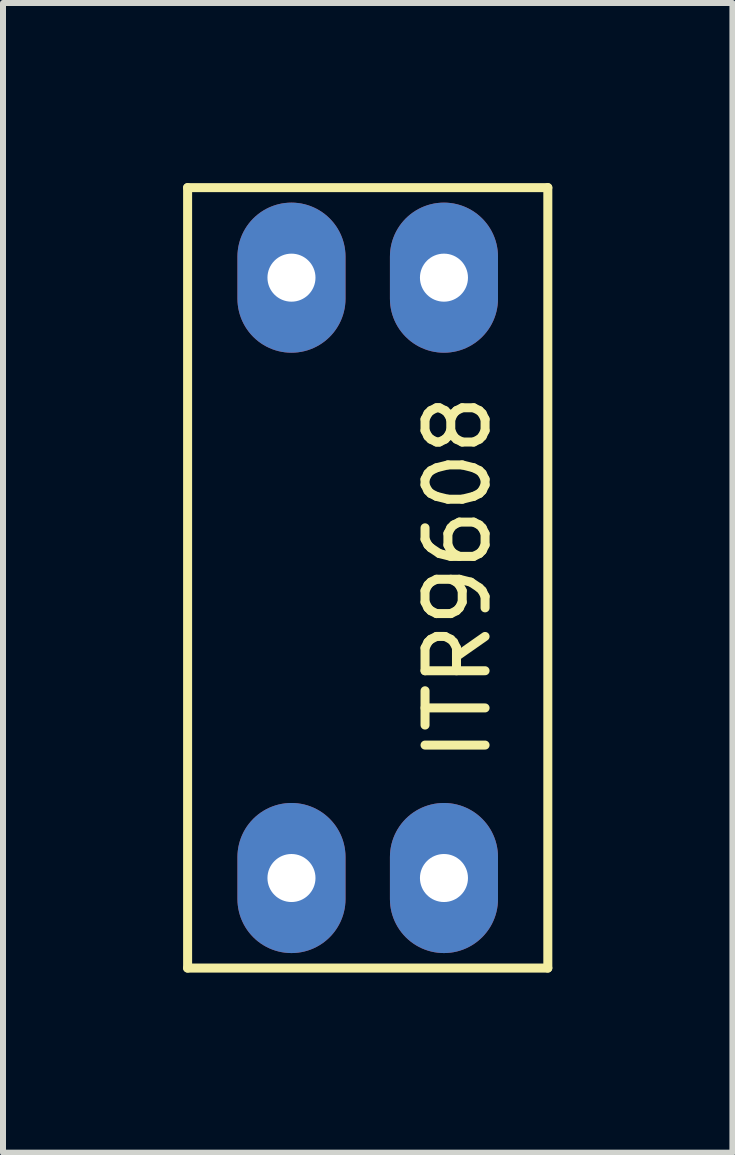
<source format=kicad_pcb>
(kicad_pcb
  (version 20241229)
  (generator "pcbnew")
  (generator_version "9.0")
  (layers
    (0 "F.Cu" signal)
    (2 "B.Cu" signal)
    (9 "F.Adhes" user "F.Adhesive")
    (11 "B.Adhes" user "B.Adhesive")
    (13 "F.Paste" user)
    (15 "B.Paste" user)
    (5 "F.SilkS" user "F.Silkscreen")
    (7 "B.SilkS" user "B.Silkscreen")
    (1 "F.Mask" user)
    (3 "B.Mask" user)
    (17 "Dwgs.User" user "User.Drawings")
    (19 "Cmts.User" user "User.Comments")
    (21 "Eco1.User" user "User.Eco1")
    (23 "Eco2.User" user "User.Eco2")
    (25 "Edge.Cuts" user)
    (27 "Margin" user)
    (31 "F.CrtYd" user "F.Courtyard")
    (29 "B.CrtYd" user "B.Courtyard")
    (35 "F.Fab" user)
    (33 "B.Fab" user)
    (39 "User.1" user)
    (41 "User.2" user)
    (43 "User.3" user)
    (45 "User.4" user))
  (footprint "ITR9608"
    (layer "F.Cu")
    (at 3.075 6.575)
    (property "Reference" "ITR9608" (at 1.5 0 90) (layer "F.SilkS") (effects (font (size 1 1) (thickness 0.15))))
    (attr through_hole)
    (fp_line (start -3 -6.5) (end 3 -6.5) (stroke (width 0.15) (type solid)) (layer "F.SilkS"))
    (fp_line (start -3 6.5) (end -3 -6.5) (stroke (width 0.15) (type solid)) (layer "F.SilkS"))
    (fp_line (start 3 -6.5) (end 3 6.5) (stroke (width 0.15) (type solid)) (layer "F.SilkS"))
    (fp_line (start 3 6.5) (end -3 6.5) (stroke (width 0.15) (type solid)) (layer "F.SilkS"))
    (pad "1" thru_hole oval (at 1.27 -5) (size 1.8 2.5) (drill 0.8) (layers "*.Cu" "*.Mask"))
    (pad "2" thru_hole oval (at -1.27 -5) (size 1.8 2.5) (drill 0.8) (layers "*.Cu" "*.Mask"))
    (pad "3" thru_hole oval (at -1.27 5) (size 1.8 2.5) (drill 0.8) (layers "*.Cu" "*.Mask"))
    (pad "4" thru_hole oval (at 1.27 5) (size 1.8 2.5) (drill 0.8) (layers "*.Cu" "*.Mask")))
  (gr_rect
    (start -3 -3)
    (end 9.15 16.15)
    (stroke (width 0.1) (type default))
    (fill no)
    (layer "Edge.Cuts")))
</source>
